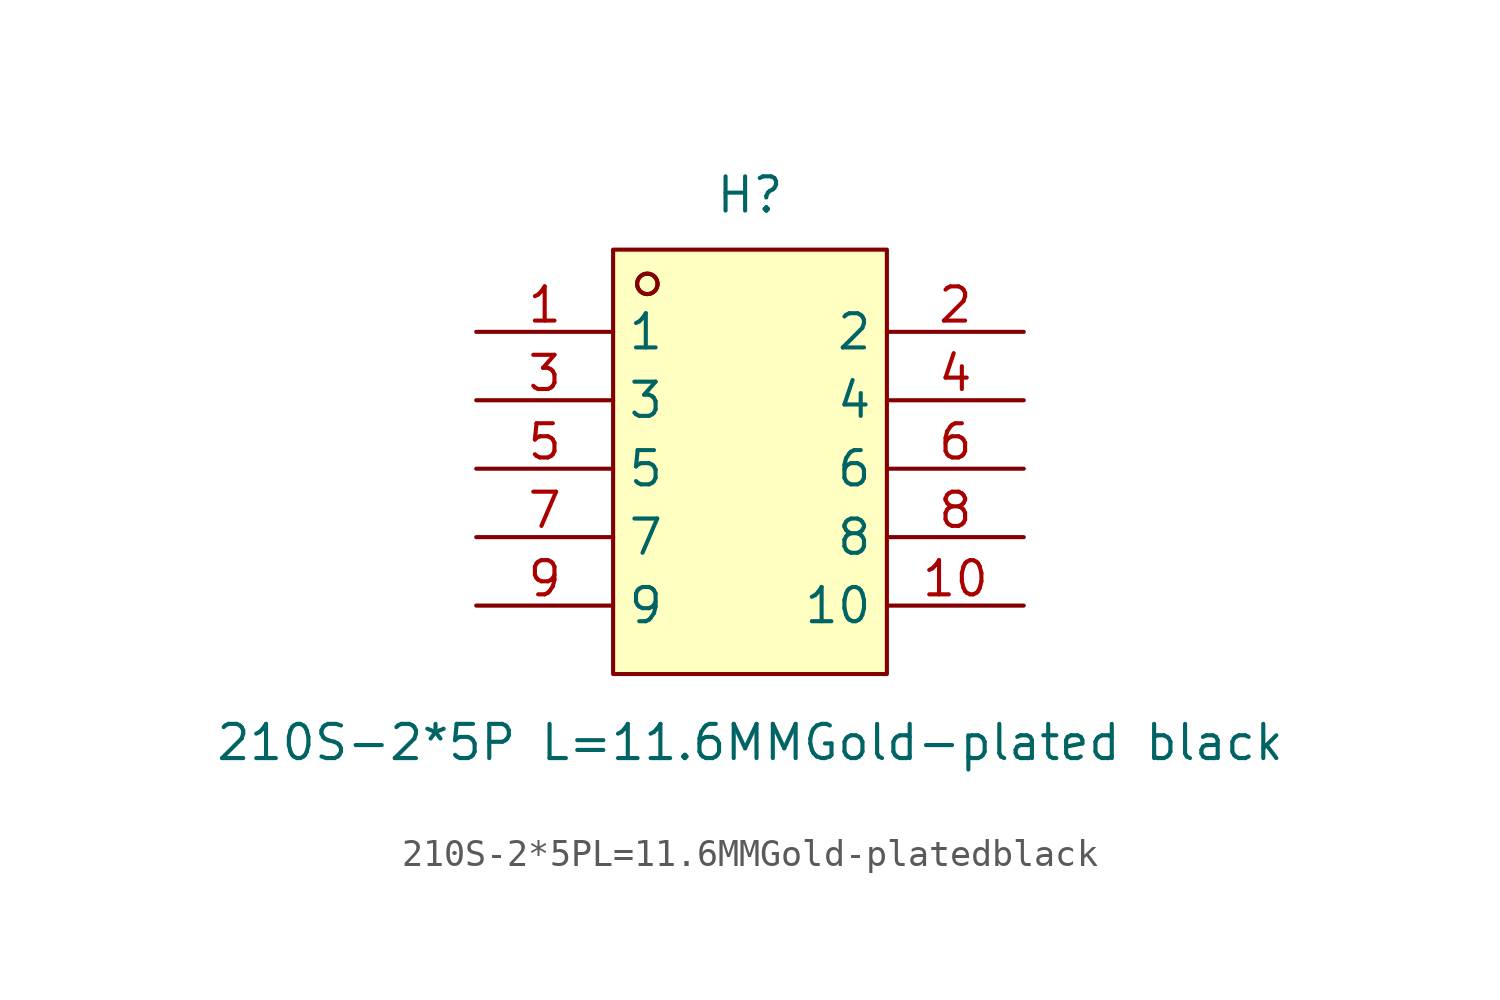
<source format=kicad_sym>
(kicad_symbol_lib
  (version 20211014)
  (generator https://github.com/uPesy/easyeda2kicad.py)
  (symbol "210S-2*5PL=11.6MMGold-platedblack"
    (property "Reference" "H"
      (at 0 10.16 0)
      (effects (font (size 1.27 1.27))))
    (property "Value" "210S-2*5P L=11.6MMGold-plated black"
      (at 0 -10.16 0)
      (effects (font (size 1.27 1.27))))
    (symbol "210S-2*5PL=11.6MMGold-platedblack_0_1"
      (rectangle (start -5.08 8.13) (end 5.08 -7.62) (stroke (width 0) (type default) (color 0 0 0 0)) (fill (type background)))
      (circle (center -3.81 6.86) (radius 0.38) (stroke (width 0) (type default) (color 0 0 0 0)) (fill (type none)))
      (circle (center -3.81 6.86) (radius 0.38) (stroke (width 0) (type default) (color 0 0 0 0)) (fill (type none)))
      (pin unspecified line (at -10.16 5.08 0) (length 5.08) (name "1" (effects (font (size 1.27 1.27)))) (number "1" (effects (font (size 1.27 1.27)))))
      (pin unspecified line (at 10.16 5.08 180) (length 5.08) (name "2" (effects (font (size 1.27 1.27)))) (number "2" (effects (font (size 1.27 1.27)))))
      (pin unspecified line (at -10.16 2.54 0) (length 5.08) (name "3" (effects (font (size 1.27 1.27)))) (number "3" (effects (font (size 1.27 1.27)))))
      (pin unspecified line (at 10.16 2.54 180) (length 5.08) (name "4" (effects (font (size 1.27 1.27)))) (number "4" (effects (font (size 1.27 1.27)))))
      (pin unspecified line (at -10.16 -0.00 0) (length 5.08) (name "5" (effects (font (size 1.27 1.27)))) (number "5" (effects (font (size 1.27 1.27)))))
      (pin unspecified line (at 10.16 -0.00 180) (length 5.08) (name "6" (effects (font (size 1.27 1.27)))) (number "6" (effects (font (size 1.27 1.27)))))
      (pin unspecified line (at -10.16 -2.54 0) (length 5.08) (name "7" (effects (font (size 1.27 1.27)))) (number "7" (effects (font (size 1.27 1.27)))))
      (pin unspecified line (at 10.16 -2.54 180) (length 5.08) (name "8" (effects (font (size 1.27 1.27)))) (number "8" (effects (font (size 1.27 1.27)))))
      (pin unspecified line (at -10.16 -5.08 0) (length 5.08) (name "9" (effects (font (size 1.27 1.27)))) (number "9" (effects (font (size 1.27 1.27)))))
      (pin unspecified line (at 10.16 -5.08 180) (length 5.08) (name "10" (effects (font (size 1.27 1.27)))) (number "10" (effects (font (size 1.27 1.27))))))))
</source>
